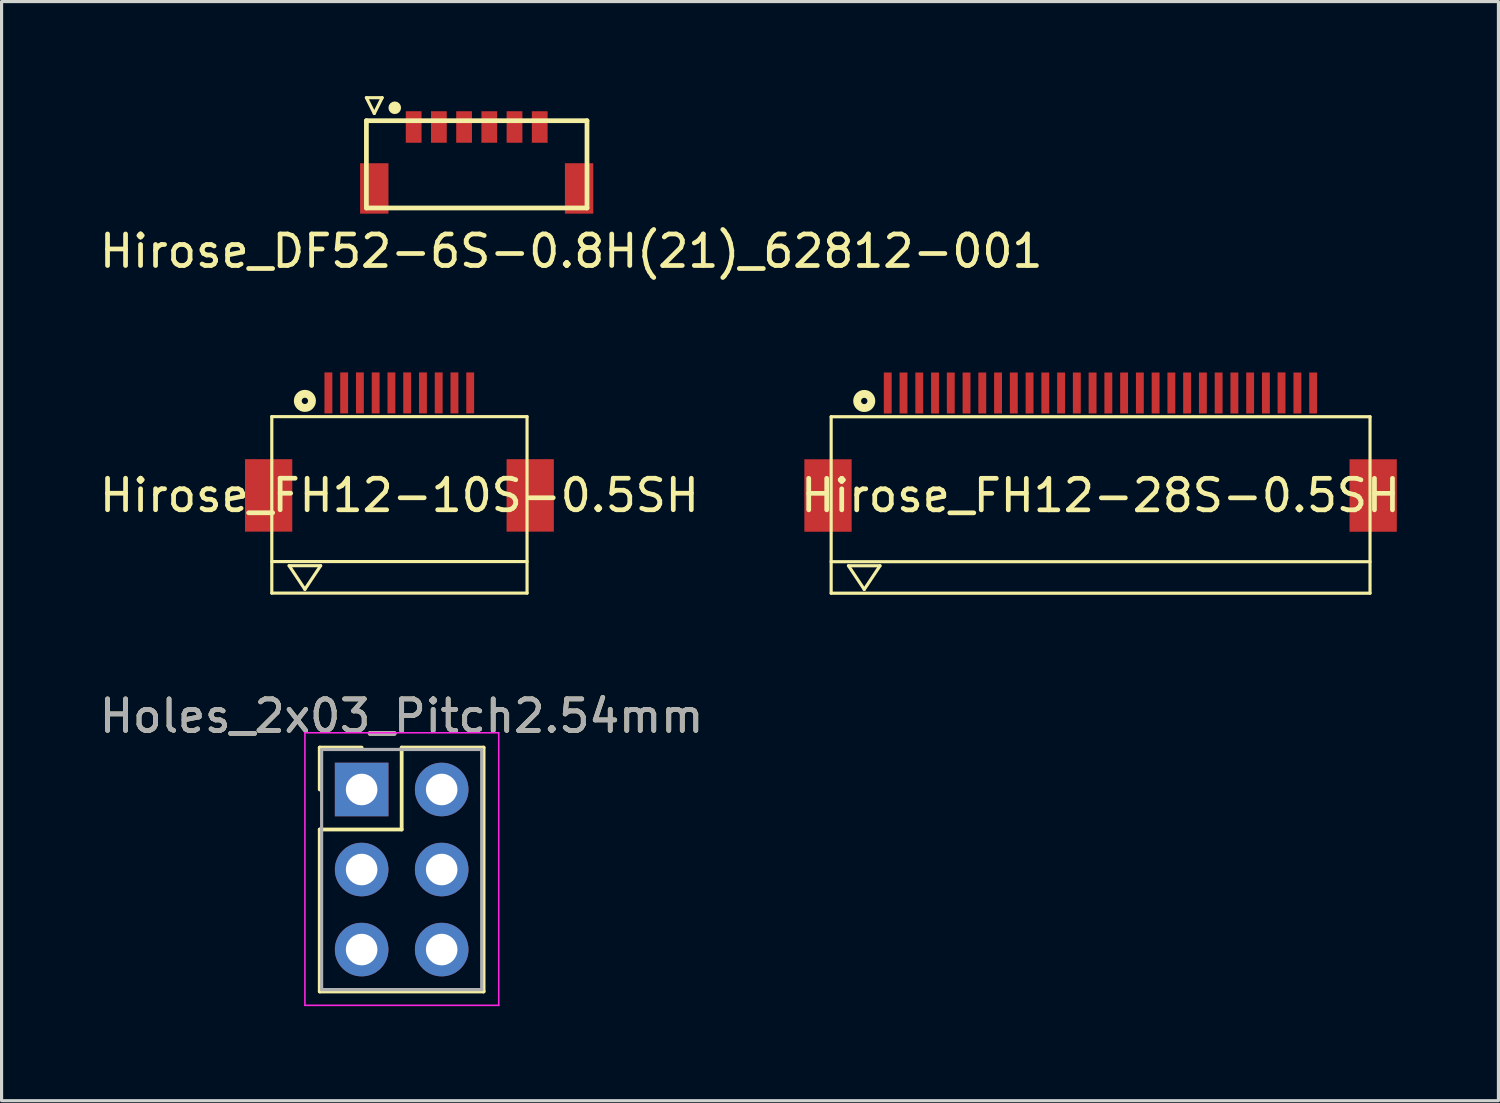
<source format=kicad_pcb>
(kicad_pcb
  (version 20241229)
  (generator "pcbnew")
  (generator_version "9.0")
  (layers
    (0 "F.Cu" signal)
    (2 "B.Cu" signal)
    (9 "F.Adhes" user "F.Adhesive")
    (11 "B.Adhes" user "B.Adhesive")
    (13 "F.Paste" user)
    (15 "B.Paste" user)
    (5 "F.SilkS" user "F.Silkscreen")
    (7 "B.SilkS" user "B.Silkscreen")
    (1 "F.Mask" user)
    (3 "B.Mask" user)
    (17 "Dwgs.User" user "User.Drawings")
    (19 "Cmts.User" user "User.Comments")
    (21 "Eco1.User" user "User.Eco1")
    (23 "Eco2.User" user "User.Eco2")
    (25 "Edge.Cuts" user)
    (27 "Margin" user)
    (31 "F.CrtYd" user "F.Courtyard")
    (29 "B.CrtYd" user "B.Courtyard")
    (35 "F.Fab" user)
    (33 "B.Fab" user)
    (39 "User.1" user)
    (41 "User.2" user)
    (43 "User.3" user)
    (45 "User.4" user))
  (footprint "Hirose_FH12-28S-0.5SH"
    (layer "F.Cu")
    (at 31.875 12.674)
    (property "Reference" "Hirose_FH12-28S-0.5SH" (at 0 0 0) (layer "F.SilkS") (effects (font (size 1 1) (thickness 0.15))))
    (attr smd)
    (fp_line (start -8.55 -2.5) (end 8.55 -2.5) (stroke (width 0.1) (type solid)) (layer "F.SilkS"))
    (fp_line (start -8.55 2.1) (end 8.55 2.1) (stroke (width 0.1) (type solid)) (layer "F.SilkS"))
    (fp_line (start -8.55 3.1) (end -8.55 -2.5) (stroke (width 0.1) (type solid)) (layer "F.SilkS"))
    (fp_line (start -8.55 3.1) (end 8.55 3.1) (stroke (width 0.1) (type solid)) (layer "F.SilkS"))
    (fp_line (start -8 2.23) (end -7 2.23) (stroke (width 0.1) (type solid)) (layer "F.SilkS"))
    (fp_line (start -7.5 2.98) (end -8 2.23) (stroke (width 0.1) (type solid)) (layer "F.SilkS"))
    (fp_line (start -7 2.23) (end -7.5 2.98) (stroke (width 0.1) (type solid)) (layer "F.SilkS"))
    (fp_line (start 8.55 -2.5) (end 8.55 3.1) (stroke (width 0.1) (type solid)) (layer "F.SilkS"))
    (fp_circle (center -7.5 -3) (end -7.6 -3) (stroke (width 0.25) (type solid)) (fill no) (layer "F.SilkS"))
    (pad "1" smd rect (at -6.754 -3.253) (size 0.25 1.3) (layers "F.Cu" "F.Mask" "F.Paste"))
    (pad "2" smd rect (at -6.254 -3.253) (size 0.25 1.3) (layers "F.Cu" "F.Mask" "F.Paste"))
    (pad "3" smd rect (at -5.754 -3.253) (size 0.25 1.3) (layers "F.Cu" "F.Mask" "F.Paste"))
    (pad "4" smd rect (at -5.254 -3.253) (size 0.25 1.3) (layers "F.Cu" "F.Mask" "F.Paste"))
    (pad "5" smd rect (at -4.754 -3.253) (size 0.25 1.3) (layers "F.Cu" "F.Mask" "F.Paste"))
    (pad "6" smd rect (at -4.254 -3.253) (size 0.25 1.3) (layers "F.Cu" "F.Mask" "F.Paste"))
    (pad "7" smd rect (at -3.754 -3.253) (size 0.25 1.3) (layers "F.Cu" "F.Mask" "F.Paste"))
    (pad "8" smd rect (at -3.254 -3.253) (size 0.25 1.3) (layers "F.Cu" "F.Mask" "F.Paste"))
    (pad "9" smd rect (at -2.754 -3.253) (size 0.25 1.3) (layers "F.Cu" "F.Mask" "F.Paste"))
    (pad "10" smd rect (at -2.254 -3.253) (size 0.25 1.3) (layers "F.Cu" "F.Mask" "F.Paste"))
    (pad "11" smd rect (at -1.754 -3.253) (size 0.25 1.3) (layers "F.Cu" "F.Mask" "F.Paste"))
    (pad "12" smd rect (at -1.254 -3.253) (size 0.25 1.3) (layers "F.Cu" "F.Mask" "F.Paste"))
    (pad "13" smd rect (at -0.754 -3.253) (size 0.25 1.3) (layers "F.Cu" "F.Mask" "F.Paste"))
    (pad "14" smd rect (at -0.254 -3.253) (size 0.25 1.3) (layers "F.Cu" "F.Mask" "F.Paste"))
    (pad "15" smd rect (at 0.246 -3.253) (size 0.25 1.3) (layers "F.Cu" "F.Mask" "F.Paste"))
    (pad "16" smd rect (at 0.746 -3.253) (size 0.25 1.3) (layers "F.Cu" "F.Mask" "F.Paste"))
    (pad "17" smd rect (at 1.246 -3.253) (size 0.25 1.3) (layers "F.Cu" "F.Mask" "F.Paste"))
    (pad "18" smd rect (at 1.746 -3.253) (size 0.25 1.3) (layers "F.Cu" "F.Mask" "F.Paste"))
    (pad "19" smd rect (at 2.246 -3.253) (size 0.25 1.3) (layers "F.Cu" "F.Mask" "F.Paste"))
    (pad "20" smd rect (at 2.746 -3.253) (size 0.25 1.3) (layers "F.Cu" "F.Mask" "F.Paste"))
    (pad "21" smd rect (at 3.246 -3.253) (size 0.25 1.3) (layers "F.Cu" "F.Mask" "F.Paste"))
    (pad "22" smd rect (at 3.746 -3.253) (size 0.25 1.3) (layers "F.Cu" "F.Mask" "F.Paste"))
    (pad "23" smd rect (at 4.246 -3.253) (size 0.25 1.3) (layers "F.Cu" "F.Mask" "F.Paste"))
    (pad "24" smd rect (at 4.746 -3.253) (size 0.25 1.3) (layers "F.Cu" "F.Mask" "F.Paste"))
    (pad "25" smd rect (at 5.246 -3.253) (size 0.25 1.3) (layers "F.Cu" "F.Mask" "F.Paste"))
    (pad "26" smd rect (at 5.742 -3.256) (size 0.25 1.3) (layers "F.Cu" "F.Mask" "F.Paste"))
    (pad "27" smd rect (at 6.246 -3.253) (size 0.25 1.3) (layers "F.Cu" "F.Mask" "F.Paste"))
    (pad "28" smd rect (at 6.746 -3.253) (size 0.25 1.3) (layers "F.Cu" "F.Mask" "F.Paste"))
    (pad "29" smd rect (at -8.65 0) (size 1.5 2.3) (layers "F.Cu" "F.Mask" "F.Paste"))
    (pad "30" smd rect (at 8.65 0) (size 1.5 2.3) (layers "F.Cu" "F.Mask" "F.Paste")))
  (footprint "Holes_2x03_Pitch2.54mm"
    (layer "F.Cu")
    (at 8.426 22.003)
    (property "Reference" "Holes_2x03_Pitch2.54mm" (at 1.27 -2.33 0) (layer "F.SilkS") (effects (font (size 1 1) (thickness 0.15))))
    (attr through_hole)
    (fp_line (start -1.33 -1.33) (end 0 -1.33) (stroke (width 0.12) (type solid)) (layer "F.SilkS"))
    (fp_line (start -1.33 0) (end -1.33 -1.33) (stroke (width 0.12) (type solid)) (layer "F.SilkS"))
    (fp_line (start -1.33 1.27) (end -1.33 6.41) (stroke (width 0.12) (type solid)) (layer "F.SilkS"))
    (fp_line (start -1.33 6.41) (end 3.87 6.41) (stroke (width 0.12) (type solid)) (layer "F.SilkS"))
    (fp_line (start 1.27 -1.33) (end 1.27 1.27) (stroke (width 0.12) (type solid)) (layer "F.SilkS"))
    (fp_line (start 1.27 1.27) (end -1.33 1.27) (stroke (width 0.12) (type solid)) (layer "F.SilkS"))
    (fp_line (start 3.87 -1.33) (end 1.27 -1.33) (stroke (width 0.12) (type solid)) (layer "F.SilkS"))
    (fp_line (start 3.87 6.41) (end 3.87 -1.33) (stroke (width 0.12) (type solid)) (layer "F.SilkS"))
    (fp_line (start -1.8 -1.8) (end -1.8 6.85) (stroke (width 0.05) (type solid)) (layer "F.CrtYd"))
    (fp_line (start -1.8 6.85) (end 4.35 6.85) (stroke (width 0.05) (type solid)) (layer "F.CrtYd"))
    (fp_line (start 4.35 -1.8) (end -1.8 -1.8) (stroke (width 0.05) (type solid)) (layer "F.CrtYd"))
    (fp_line (start 4.35 6.85) (end 4.35 -1.8) (stroke (width 0.05) (type solid)) (layer "F.CrtYd"))
    (fp_line (start -1.27 -1.27) (end -1.27 6.35) (stroke (width 0.1) (type solid)) (layer "F.Fab"))
    (fp_line (start -1.27 6.35) (end 3.81 6.35) (stroke (width 0.1) (type solid)) (layer "F.Fab"))
    (fp_line (start 3.81 -1.27) (end -1.27 -1.27) (stroke (width 0.1) (type solid)) (layer "F.Fab"))
    (fp_line (start 3.81 6.35) (end 3.81 -1.27) (stroke (width 0.1) (type solid)) (layer "F.Fab"))
    (fp_text user "${REFERENCE}" (at 1.27 -2.33 0) (layer "F.Fab") (effects (font (size 1 1) (thickness 0.15))))
    (pad "1" thru_hole rect (at 0 0) (size 1.7 1.7) (drill 1) (layers "*.Cu" "*.Mask"))
    (pad "2" thru_hole oval (at 2.54 0) (size 1.7 1.7) (drill 1) (layers "*.Cu" "*.Mask"))
    (pad "3" thru_hole oval (at 0 2.54) (size 1.7 1.7) (drill 1) (layers "*.Cu" "*.Mask"))
    (pad "4" thru_hole oval (at 2.54 2.54) (size 1.7 1.7) (drill 1) (layers "*.Cu" "*.Mask"))
    (pad "5" thru_hole oval (at 0 5.08) (size 1.7 1.7) (drill 1) (layers "*.Cu" "*.Mask"))
    (pad "6" thru_hole oval (at 2.54 5.08) (size 1.7 1.7) (drill 1) (layers "*.Cu" "*.Mask")))
  (footprint "Hirose_FH12-10S-0.5SH"
    (layer "F.Cu")
    (at 9.625 12.671)
    (property "Reference" "Hirose_FH12-10S-0.5SH" (at 0 0 0) (layer "F.SilkS") (effects (font (size 1 1) (thickness 0.15))))
    (attr smd)
    (fp_line (start -4.05 -2.5) (end 4.05 -2.5) (stroke (width 0.1) (type solid)) (layer "F.SilkS"))
    (fp_line (start -4.05 2.1) (end 4.05 2.1) (stroke (width 0.1) (type solid)) (layer "F.SilkS"))
    (fp_line (start -4.05 3.1) (end -4.05 -2.5) (stroke (width 0.1) (type solid)) (layer "F.SilkS"))
    (fp_line (start -4.05 3.1) (end 4.05 3.1) (stroke (width 0.1) (type solid)) (layer "F.SilkS"))
    (fp_line (start -3.5 2.23) (end -2.5 2.23) (stroke (width 0.1) (type solid)) (layer "F.SilkS"))
    (fp_line (start -3 2.98) (end -3.5 2.23) (stroke (width 0.1) (type solid)) (layer "F.SilkS"))
    (fp_line (start -2.5 2.23) (end -3 2.98) (stroke (width 0.1) (type solid)) (layer "F.SilkS"))
    (fp_line (start 4.05 -2.5) (end 4.05 3.1) (stroke (width 0.1) (type solid)) (layer "F.SilkS"))
    (fp_circle (center -3 -3) (end -3.1 -3) (stroke (width 0.25) (type solid)) (fill no) (layer "F.SilkS"))
    (pad "1" smd rect (at -2.254 -3.253) (size 0.25 1.3) (layers "F.Cu" "F.Mask" "F.Paste"))
    (pad "2" smd rect (at -1.754 -3.253) (size 0.25 1.3) (layers "F.Cu" "F.Mask" "F.Paste"))
    (pad "3" smd rect (at -1.254 -3.253) (size 0.25 1.3) (layers "F.Cu" "F.Mask" "F.Paste"))
    (pad "4" smd rect (at -0.754 -3.253) (size 0.25 1.3) (layers "F.Cu" "F.Mask" "F.Paste"))
    (pad "5" smd rect (at -0.254 -3.253) (size 0.25 1.3) (layers "F.Cu" "F.Mask" "F.Paste"))
    (pad "6" smd rect (at 0.246 -3.253) (size 0.25 1.3) (layers "F.Cu" "F.Mask" "F.Paste"))
    (pad "7" smd rect (at 0.746 -3.253) (size 0.25 1.3) (layers "F.Cu" "F.Mask" "F.Paste"))
    (pad "8" smd rect (at 1.246 -3.253) (size 0.25 1.3) (layers "F.Cu" "F.Mask" "F.Paste"))
    (pad "9" smd rect (at 1.746 -3.253) (size 0.25 1.3) (layers "F.Cu" "F.Mask" "F.Paste"))
    (pad "10" smd rect (at 2.246 -3.253) (size 0.25 1.3) (layers "F.Cu" "F.Mask" "F.Paste"))
    (pad "11" smd rect (at -4.15 0) (size 1.5 2.3) (layers "F.Cu" "F.Mask" "F.Paste"))
    (pad "12" smd rect (at 4.15 0) (size 1.5 2.3) (layers "F.Cu" "F.Mask" "F.Paste")))
  (footprint "Hirose_DF52-6S-0.8H(21)_62812-001"
    (layer "F.Cu")
    (at 12.077 2.17)
    (property "Reference" "Hirose_DF52-6S-0.8H(21)_62812-001" (at 3 2.75 0) (layer "F.SilkS") (effects (font (size 1 1) (thickness 0.15))))
    (attr through_hole)
    (fp_line (start -3.5 -2.12) (end -3.25 -1.62) (stroke (width 0.1) (type solid)) (layer "F.SilkS"))
    (fp_line (start -3.5 -1.39) (end 3.5 -1.39) (stroke (width 0.15) (type solid)) (layer "F.SilkS"))
    (fp_line (start -3.5 1.38) (end -3.5 -1.39) (stroke (width 0.15) (type solid)) (layer "F.SilkS"))
    (fp_line (start -3.5 1.38) (end 3.5 1.38) (stroke (width 0.15) (type solid)) (layer "F.SilkS"))
    (fp_line (start -3.25 -1.62) (end -3 -2.12) (stroke (width 0.1) (type solid)) (layer "F.SilkS"))
    (fp_line (start -3 -2.12) (end -3.5 -2.12) (stroke (width 0.1) (type solid)) (layer "F.SilkS"))
    (fp_line (start 3.5 1.38) (end 3.5 -1.39) (stroke (width 0.15) (type solid)) (layer "F.SilkS"))
    (fp_circle (center -2.6 -1.8) (end -2.5 -1.8) (stroke (width 0.2) (type solid)) (fill no) (layer "F.SilkS"))
    (pad "1" smd rect (at -2 -1.19) (size 0.5 1) (layers "F.Cu" "F.Mask" "F.Paste"))
    (pad "2" smd rect (at -1.2 -1.19) (size 0.5 1) (layers "F.Cu" "F.Mask" "F.Paste"))
    (pad "3" smd rect (at -0.4 -1.19) (size 0.5 1) (layers "F.Cu" "F.Mask" "F.Paste"))
    (pad "4" smd rect (at 0.4 -1.19) (size 0.5 1) (layers "F.Cu" "F.Mask" "F.Paste"))
    (pad "5" smd rect (at 1.2 -1.19) (size 0.5 1) (layers "F.Cu" "F.Mask" "F.Paste"))
    (pad "6" smd rect (at 2 -1.19) (size 0.5 1) (layers "F.Cu" "F.Mask" "F.Paste"))
    (pad "7" smd rect (at -3.25 0.76) (size 0.9 1.6) (layers "F.Cu" "F.Mask" "F.Paste"))
    (pad "8" smd rect (at 3.25 0.76) (size 0.9 1.6) (layers "F.Cu" "F.Mask" "F.Paste")))
  (gr_rect
    (start -3 -3)
    (end 44.5 31.878)
    (stroke (width 0.1) (type default))
    (fill no)
    (layer "Edge.Cuts")))
</source>
